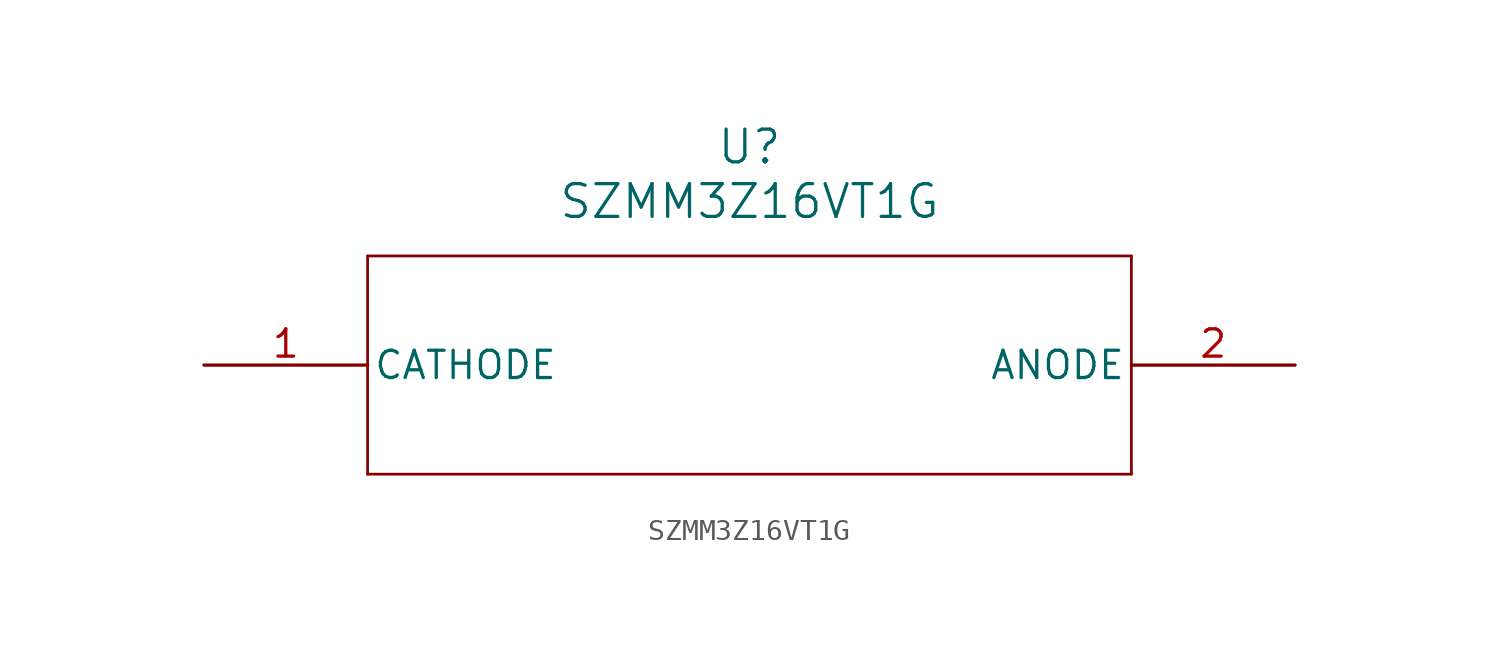
<source format=kicad_sym>
(kicad_symbol_lib
  (version 20211014)
  (generator kicad_symbol_editor)
  (symbol "SZMM3Z16VT1G"
    (pin_names
      (offset 0.254))
    (property "Reference" "U"
      (at 25.4 10.16 0)
      (effects (font (size 1.524 1.524))))
    (property "Value" "SZMM3Z16VT1G"
      (at 25.4 7.62 0)
      (effects (font (size 1.524 1.524))))
    (symbol "SZMM3Z16VT1G_0_1"
      (polyline (pts (xy 7.62 5.08) (xy 7.62 -5.08)) (stroke (width 0.127) (type default) (color 0 0 0 0)) (fill (type none)))
      (polyline (pts (xy 7.62 -5.08) (xy 43.18 -5.08)) (stroke (width 0.127) (type default) (color 0 0 0 0)) (fill (type none)))
      (polyline (pts (xy 43.18 -5.08) (xy 43.18 5.08)) (stroke (width 0.127) (type default) (color 0 0 0 0)) (fill (type none)))
      (polyline (pts (xy 43.18 5.08) (xy 7.62 5.08)) (stroke (width 0.127) (type default) (color 0 0 0 0)) (fill (type none)))
      (pin unspecified line (at 0 0 0) (length 7.62) (name "CATHODE" (effects (font (size 1.27 1.27)))) (number "1" (effects (font (size 1.27 1.27)))))
      (pin unspecified line (at 50.8 0 180) (length 7.62) (name "ANODE" (effects (font (size 1.27 1.27)))) (number "2" (effects (font (size 1.27 1.27))))))))
</source>
